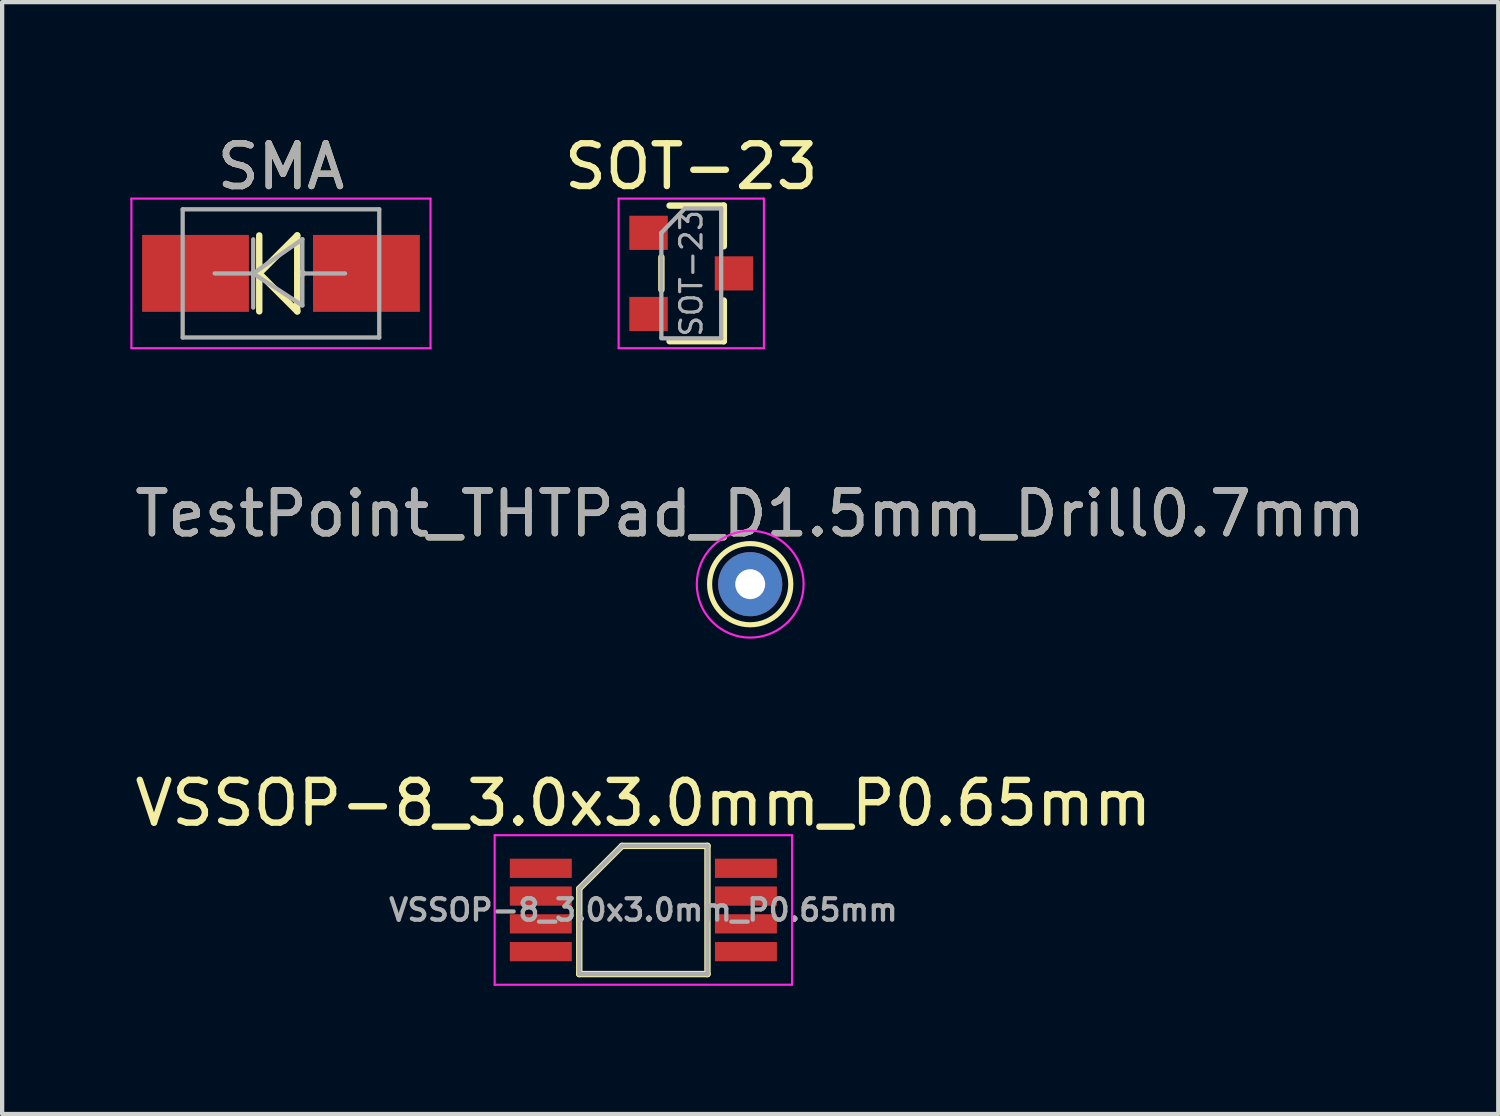
<source format=kicad_pcb>
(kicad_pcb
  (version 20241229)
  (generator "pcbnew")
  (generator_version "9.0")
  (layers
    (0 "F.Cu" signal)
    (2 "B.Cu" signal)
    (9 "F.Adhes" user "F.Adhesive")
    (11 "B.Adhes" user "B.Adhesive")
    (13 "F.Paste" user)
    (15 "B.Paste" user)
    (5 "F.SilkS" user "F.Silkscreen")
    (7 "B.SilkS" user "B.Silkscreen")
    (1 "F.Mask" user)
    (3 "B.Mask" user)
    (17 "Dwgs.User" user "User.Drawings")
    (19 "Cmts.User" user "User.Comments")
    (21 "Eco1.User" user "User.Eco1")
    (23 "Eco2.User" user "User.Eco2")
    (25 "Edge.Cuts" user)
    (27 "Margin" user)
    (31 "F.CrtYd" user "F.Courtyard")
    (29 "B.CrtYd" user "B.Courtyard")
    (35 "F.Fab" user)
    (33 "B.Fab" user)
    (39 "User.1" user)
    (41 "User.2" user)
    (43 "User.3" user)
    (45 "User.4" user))
  (footprint "TestPoint_THTPad_D1.5mm_Drill0.7mm"
    (layer "F.Cu")
    (at 14.506 10.621)
    (property "Reference" "TestPoint_THTPad_D1.5mm_Drill0.7mm" (at 0 -1.648 0) (layer "F.SilkS") (effects (font (size 1 1) (thickness 0.15))))
    (attr exclude_from_pos_files exclude_from_bom)
    (fp_circle (center 0 0) (end 0 0.95) (stroke (width 0.12) (type solid)) (fill no) (layer "F.SilkS"))
    (fp_circle (center 0 0) (end 1.25 0) (stroke (width 0.05) (type solid)) (fill no) (layer "F.CrtYd"))
    (fp_text user "${REFERENCE}" (at 0 -1.65 0) (layer "F.Fab") (effects (font (size 1 1) (thickness 0.15))))
    (pad "1" thru_hole circle (at 0 0) (size 1.5 1.5) (drill 0.7) (layers "*.Cu" "*.Mask")))
  (footprint "VSSOP-8_3.0x3.0mm_P0.65mm"
    (layer "F.Cu")
    (at 12.006 18.245)
    (property "Reference" "VSSOP-8_3.0x3.0mm_P0.65mm" (at 0 -2.5 0) (layer "F.SilkS") (effects (font (size 1 1) (thickness 0.15))))
    (attr smd)
    (fp_line (start -1.5 1.5) (end -1.5 -0.5) (stroke (width 0.15) (type solid)) (layer "F.SilkS"))
    (fp_line (start -0.5 -1.5) (end -1.5 -0.5) (stroke (width 0.15) (type solid)) (layer "F.SilkS"))
    (fp_line (start -0.5 -1.5) (end 1.5 -1.5) (stroke (width 0.15) (type solid)) (layer "F.SilkS"))
    (fp_line (start 1.5 -1.5) (end 1.5 1.5) (stroke (width 0.15) (type solid)) (layer "F.SilkS"))
    (fp_line (start 1.5 1.5) (end -1.5 1.5) (stroke (width 0.15) (type solid)) (layer "F.SilkS"))
    (fp_line (start -3.48 -1.75) (end 3.48 -1.75) (stroke (width 0.05) (type solid)) (layer "F.CrtYd"))
    (fp_line (start -3.48 1.75) (end -3.48 -1.75) (stroke (width 0.05) (type solid)) (layer "F.CrtYd"))
    (fp_line (start 3.48 -1.75) (end 3.48 1.75) (stroke (width 0.05) (type solid)) (layer "F.CrtYd"))
    (fp_line (start 3.48 1.75) (end -3.48 1.75) (stroke (width 0.05) (type solid)) (layer "F.CrtYd"))
    (fp_line (start -1.5 1.5) (end -1.5 -0.5) (stroke (width 0.1) (type solid)) (layer "F.Fab"))
    (fp_line (start -0.5 -1.5) (end -1.5 -0.5) (stroke (width 0.1) (type solid)) (layer "F.Fab"))
    (fp_line (start -0.5 -1.5) (end 1.5 -1.5) (stroke (width 0.1) (type solid)) (layer "F.Fab"))
    (fp_line (start 1.5 -1.5) (end 1.5 1.5) (stroke (width 0.1) (type solid)) (layer "F.Fab"))
    (fp_line (start 1.5 1.5) (end -1.5 1.5) (stroke (width 0.1) (type solid)) (layer "F.Fab"))
    (fp_text user "${REFERENCE}" (at 0 0 0) (layer "F.Fab") (effects (font (size 0.5 0.5) (thickness 0.1))))
    (pad "1" smd rect (at -2.4 -0.975 270) (size 0.45 1.45) (layers "F.Cu" "F.Mask" "F.Paste"))
    (pad "2" smd rect (at -2.4 -0.325 270) (size 0.45 1.45) (layers "F.Cu" "F.Mask" "F.Paste"))
    (pad "3" smd rect (at -2.4 0.325 270) (size 0.45 1.45) (layers "F.Cu" "F.Mask" "F.Paste"))
    (pad "4" smd rect (at -2.4 0.975 270) (size 0.45 1.45) (layers "F.Cu" "F.Mask" "F.Paste"))
    (pad "5" smd rect (at 2.4 0.975 270) (size 0.45 1.45) (layers "F.Cu" "F.Mask" "F.Paste"))
    (pad "6" smd rect (at 2.4 0.325 270) (size 0.45 1.45) (layers "F.Cu" "F.Mask" "F.Paste"))
    (pad "7" smd rect (at 2.4 -0.325 270) (size 0.45 1.45) (layers "F.Cu" "F.Mask" "F.Paste"))
    (pad "8" smd rect (at 2.4 -0.975 270) (size 0.45 1.45) (layers "F.Cu" "F.Mask" "F.Paste")))
  (footprint "SMA"
    (layer "F.Cu")
    (at 3.525 3.348)
    (property "Reference" "SMA" (at 0 -2.5 0) (layer "F.SilkS") (effects (font (size 1 1) (thickness 0.15))))
    (attr smd)
    (fp_line (start -0.508 -0.889) (end -0.508 0.889) (stroke (width 0.15) (type solid)) (layer "F.SilkS"))
    (fp_line (start -0.508 0) (end -0.635 0) (stroke (width 0.15) (type solid)) (layer "F.SilkS"))
    (fp_line (start -0.508 0) (end 0.381 -0.889) (stroke (width 0.15) (type solid)) (layer "F.SilkS"))
    (fp_line (start 0.381 -0.889) (end 0.381 0.889) (stroke (width 0.15) (type solid)) (layer "F.SilkS"))
    (fp_line (start 0.381 0) (end 0.508 0) (stroke (width 0.15) (type solid)) (layer "F.SilkS"))
    (fp_line (start 0.381 0.889) (end -0.508 0) (stroke (width 0.15) (type solid)) (layer "F.SilkS"))
    (fp_line (start -3.5 -1.75) (end 3.5 -1.75) (stroke (width 0.05) (type solid)) (layer "F.CrtYd"))
    (fp_line (start -3.5 1.75) (end -3.5 -1.75) (stroke (width 0.05) (type solid)) (layer "F.CrtYd"))
    (fp_line (start 3.5 -1.75) (end 3.5 1.75) (stroke (width 0.05) (type solid)) (layer "F.CrtYd"))
    (fp_line (start 3.5 1.75) (end -3.5 1.75) (stroke (width 0.05) (type solid)) (layer "F.CrtYd"))
    (fp_line (start -2.3 1.5) (end -2.3 -1.5) (stroke (width 0.1) (type solid)) (layer "F.Fab"))
    (fp_line (start -0.649 -0.799) (end -0.649 0.801) (stroke (width 0.1) (type solid)) (layer "F.Fab"))
    (fp_line (start -0.649 0.001) (end -1.551 0.001) (stroke (width 0.1) (type solid)) (layer "F.Fab"))
    (fp_line (start -0.649 0.001) (end 0.501 -0.799) (stroke (width 0.1) (type solid)) (layer "F.Fab"))
    (fp_line (start -0.649 0.001) (end 0.501 0.75) (stroke (width 0.1) (type solid)) (layer "F.Fab"))
    (fp_line (start 0.501 0.001) (end 1.499 0.001) (stroke (width 0.1) (type solid)) (layer "F.Fab"))
    (fp_line (start 0.501 0.75) (end 0.501 -0.799) (stroke (width 0.1) (type solid)) (layer "F.Fab"))
    (fp_line (start 2.3 -1.5) (end -2.3 -1.5) (stroke (width 0.1) (type solid)) (layer "F.Fab"))
    (fp_line (start 2.3 -1.5) (end 2.3 1.5) (stroke (width 0.1) (type solid)) (layer "F.Fab"))
    (fp_line (start 2.3 1.5) (end -2.3 1.5) (stroke (width 0.1) (type solid)) (layer "F.Fab"))
    (fp_text user "${REFERENCE}" (at 0 -2.5 0) (layer "F.Fab") (effects (font (size 1 1) (thickness 0.15))))
    (pad "1" smd rect (at -2 0) (size 2.5 1.8) (layers "F.Cu" "F.Mask" "F.Paste"))
    (pad "2" smd rect (at 2 0) (size 2.5 1.8) (layers "F.Cu" "F.Mask" "F.Paste")))
  (footprint "SOT-23"
    (layer "F.Cu")
    (at 13.127 3.348)
    (property "Reference" "SOT-23" (at 0 -2.5 0) (layer "F.SilkS") (effects (font (size 1 1) (thickness 0.15))))
    (attr smd)
    (fp_line (start -0.699 -0.381) (end -0.699 0.381) (stroke (width 0.15) (type solid)) (layer "F.SilkS"))
    (fp_line (start 0.762 -1.587) (end -0.508 -1.587) (stroke (width 0.15) (type solid)) (layer "F.SilkS"))
    (fp_line (start 0.762 -1.587) (end 0.762 -0.635) (stroke (width 0.15) (type solid)) (layer "F.SilkS"))
    (fp_line (start 0.762 1.587) (end -0.508 1.587) (stroke (width 0.15) (type solid)) (layer "F.SilkS"))
    (fp_line (start 0.762 1.587) (end 0.762 0.635) (stroke (width 0.15) (type solid)) (layer "F.SilkS"))
    (fp_line (start -1.7 -1.75) (end 1.7 -1.75) (stroke (width 0.05) (type solid)) (layer "F.CrtYd"))
    (fp_line (start -1.7 1.75) (end -1.7 -1.75) (stroke (width 0.05) (type solid)) (layer "F.CrtYd"))
    (fp_line (start 1.7 -1.75) (end 1.7 1.75) (stroke (width 0.05) (type solid)) (layer "F.CrtYd"))
    (fp_line (start 1.7 1.75) (end -1.7 1.75) (stroke (width 0.05) (type solid)) (layer "F.CrtYd"))
    (fp_line (start -0.7 -0.95) (end -0.7 1.5) (stroke (width 0.1) (type solid)) (layer "F.Fab"))
    (fp_line (start -0.7 -0.95) (end -0.15 -1.52) (stroke (width 0.1) (type solid)) (layer "F.Fab"))
    (fp_line (start -0.7 1.52) (end 0.7 1.52) (stroke (width 0.1) (type solid)) (layer "F.Fab"))
    (fp_line (start -0.15 -1.52) (end 0.7 -1.52) (stroke (width 0.1) (type solid)) (layer "F.Fab"))
    (fp_line (start 0.7 -1.52) (end 0.7 1.52) (stroke (width 0.1) (type solid)) (layer "F.Fab"))
    (fp_text user "${REFERENCE}" (at 0 0 90) (layer "F.Fab") (effects (font (size 0.5 0.5) (thickness 0.075))))
    (pad "1" smd rect (at -1 -0.95) (size 0.9 0.8) (layers "F.Cu" "F.Mask" "F.Paste"))
    (pad "2" smd rect (at -1 0.95) (size 0.9 0.8) (layers "F.Cu" "F.Mask" "F.Paste"))
    (pad "3" smd rect (at 1 0) (size 0.9 0.8) (layers "F.Cu" "F.Mask" "F.Paste")))
  (gr_rect
    (start -3 -3)
    (end 32.012 23.02)
    (stroke (width 0.1) (type default))
    (fill no)
    (layer "Edge.Cuts")))
</source>
